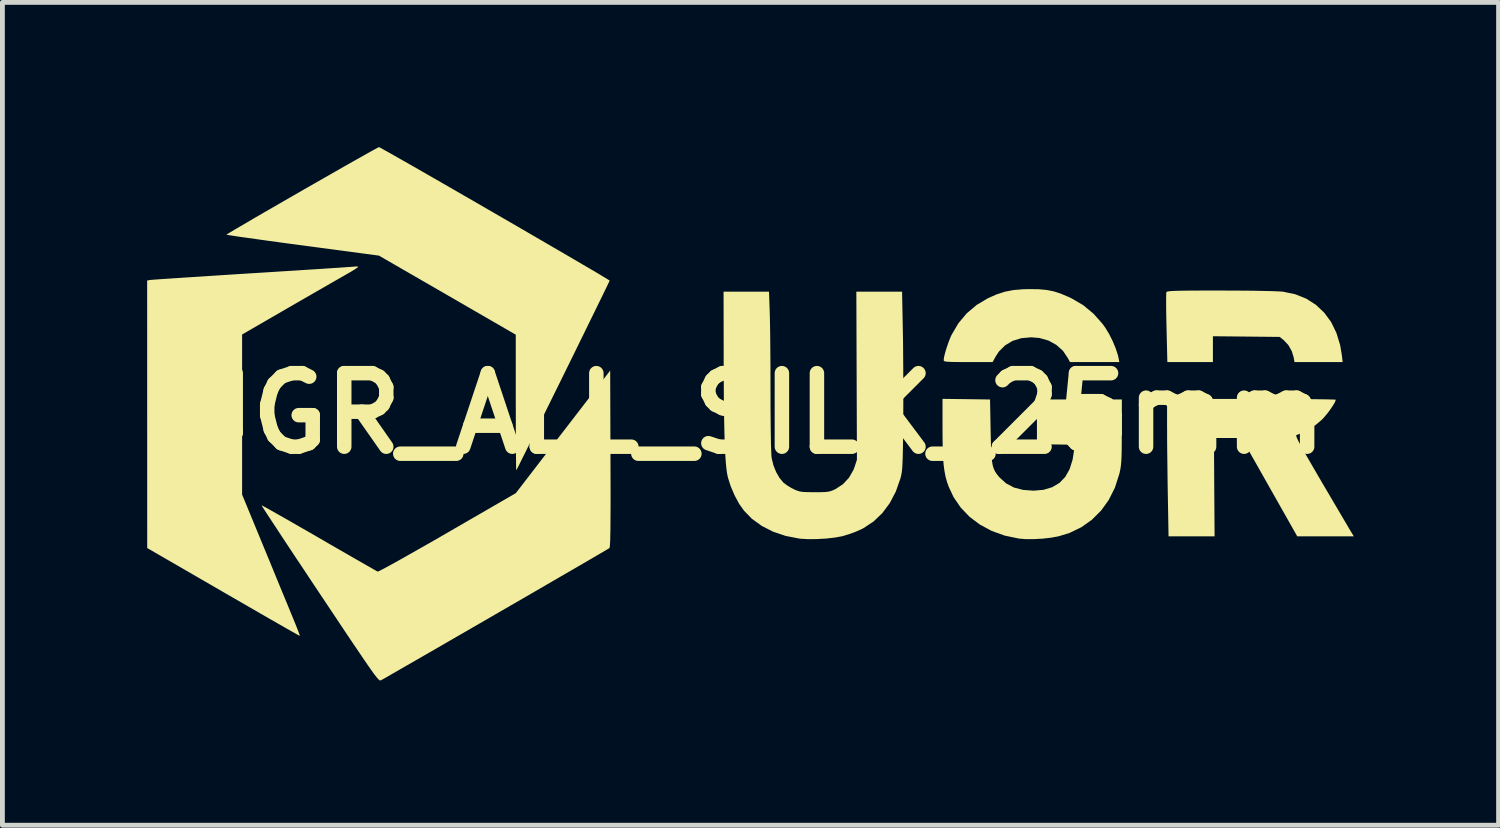
<source format=kicad_pcb>
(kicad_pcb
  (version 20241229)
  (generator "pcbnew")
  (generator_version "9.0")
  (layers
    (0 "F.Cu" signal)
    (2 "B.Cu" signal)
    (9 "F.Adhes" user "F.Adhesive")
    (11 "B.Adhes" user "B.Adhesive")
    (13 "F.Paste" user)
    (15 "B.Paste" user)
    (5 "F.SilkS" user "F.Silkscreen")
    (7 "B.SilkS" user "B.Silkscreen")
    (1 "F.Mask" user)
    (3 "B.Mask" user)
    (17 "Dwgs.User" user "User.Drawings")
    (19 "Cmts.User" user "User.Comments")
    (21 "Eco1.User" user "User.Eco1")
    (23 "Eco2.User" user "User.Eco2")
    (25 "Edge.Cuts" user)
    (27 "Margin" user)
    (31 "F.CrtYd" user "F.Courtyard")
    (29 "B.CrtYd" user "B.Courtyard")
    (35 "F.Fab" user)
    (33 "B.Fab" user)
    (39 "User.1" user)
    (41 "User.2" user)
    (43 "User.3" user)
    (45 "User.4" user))
  (footprint "UGR_ALL_SILK_25mm"
    (layer "F.Cu")
    (at 12.503 5.519)
    (property "Reference" "UGR_ALL_SILK_25mm" (at 0 0 0) (layer "F.SilkS") (effects (font (size 1.524 1.524) (thickness 0.3))))
    (attr board_only exclude_from_pos_files exclude_from_bom)
    (fp_poly (pts (xy 9.985 -2.546) (xy 10.215 -2.545) (xy 10.428 -2.543) (xy 10.619 -2.539) (xy 10.782 -2.536) (xy 10.912 -2.531) (xy 11.004 -2.526) (xy 11.041 -2.523) (xy 11.293 -2.47) (xy 11.521 -2.379) (xy 11.721 -2.251) (xy 11.893 -2.089) (xy 12.036 -1.895) (xy 12.146 -1.669) (xy 12.224 -1.414) (xy 12.26 -1.198) (xy 12.275 -1.065) (xy 11.277 -1.065) (xy 11.262 -1.154) (xy 11.222 -1.288) (xy 11.152 -1.414) (xy 11.06 -1.513) (xy 11.059 -1.515) (xy 10.971 -1.586) (xy 10.278 -1.593) (xy 9.586 -1.6) (xy 9.586 -1.065) (xy 8.642 -1.065) (xy 8.625 -1.77) (xy 8.621 -1.948) (xy 8.618 -2.111) (xy 8.617 -2.255) (xy 8.617 -2.372) (xy 8.618 -2.457) (xy 8.62 -2.505) (xy 8.621 -2.511) (xy 8.629 -2.52) (xy 8.647 -2.527) (xy 8.679 -2.532) (xy 8.729 -2.537) (xy 8.801 -2.54) (xy 8.899 -2.543) (xy 9.026 -2.545) (xy 9.187 -2.546) (xy 9.384 -2.547) (xy 9.622 -2.547) (xy 9.742 -2.547)) (stroke (width 0) (type solid)) (fill yes) (layer "F.SilkS"))
    (fp_poly (pts (xy 5.98 -2.574) (xy 6.142 -2.559) (xy 6.288 -2.53) (xy 6.433 -2.483) (xy 6.593 -2.415) (xy 6.659 -2.384) (xy 6.898 -2.244) (xy 7.113 -2.066) (xy 7.3 -1.855) (xy 7.36 -1.771) (xy 7.437 -1.642) (xy 7.51 -1.496) (xy 7.572 -1.347) (xy 7.616 -1.211) (xy 7.63 -1.152) (xy 7.646 -1.065) (xy 6.623 -1.065) (xy 6.584 -1.14) (xy 6.479 -1.297) (xy 6.341 -1.421) (xy 6.177 -1.511) (xy 5.989 -1.564) (xy 5.821 -1.578) (xy 5.616 -1.56) (xy 5.435 -1.504) (xy 5.279 -1.411) (xy 5.152 -1.284) (xy 5.091 -1.192) (xy 5.02 -1.065) (xy 4.513 -1.065) (xy 4.347 -1.065) (xy 4.221 -1.066) (xy 4.131 -1.069) (xy 4.07 -1.073) (xy 4.032 -1.079) (xy 4.013 -1.087) (xy 4.006 -1.099) (xy 4.006 -1.106) (xy 4.014 -1.168) (xy 4.036 -1.259) (xy 4.069 -1.367) (xy 4.107 -1.478) (xy 4.147 -1.579) (xy 4.17 -1.629) (xy 4.311 -1.869) (xy 4.484 -2.075) (xy 4.69 -2.249) (xy 4.92 -2.386) (xy 5.099 -2.466) (xy 5.271 -2.522) (xy 5.45 -2.557) (xy 5.65 -2.574) (xy 5.789 -2.577)) (stroke (width 0) (type solid)) (fill yes) (layer "F.SilkS"))
    (fp_poly (pts (xy 10.665 -0.301) (xy 10.931 -0.3) (xy 11.179 -0.299) (xy 11.407 -0.298) (xy 11.61 -0.296) (xy 11.785 -0.294) (xy 11.928 -0.292) (xy 12.036 -0.289) (xy 12.106 -0.287) (xy 12.132 -0.284) (xy 12.133 -0.284) (xy 12.118 -0.239) (xy 12.079 -0.17) (xy 12.023 -0.087) (xy 11.958 0.001) (xy 11.888 0.083) (xy 11.845 0.129) (xy 11.723 0.233) (xy 11.574 0.33) (xy 11.418 0.41) (xy 11.318 0.448) (xy 11.312 0.457) (xy 11.317 0.481) (xy 11.333 0.521) (xy 11.362 0.581) (xy 11.406 0.664) (xy 11.466 0.773) (xy 11.545 0.911) (xy 11.643 1.08) (xy 11.762 1.285) (xy 11.846 1.429) (xy 11.961 1.624) (xy 12.07 1.81) (xy 12.171 1.981) (xy 12.26 2.133) (xy 12.337 2.263) (xy 12.397 2.365) (xy 12.439 2.436) (xy 12.46 2.471) (xy 12.461 2.472) (xy 12.507 2.547) (xy 11.92 2.547) (xy 11.334 2.547) (xy 10.181 0.509) (xy 9.608 0.509) (xy 9.614 1.528) (xy 9.621 2.547) (xy 8.667 2.547) (xy 8.652 1.71) (xy 8.648 1.483) (xy 8.645 1.242) (xy 8.642 0.997) (xy 8.639 0.76) (xy 8.637 0.541) (xy 8.637 0.353) (xy 8.636 0.286) (xy 8.636 -0.301) (xy 10.385 -0.301)) (stroke (width 0) (type solid)) (fill yes) (layer "F.SilkS"))
    (fp_poly (pts (xy 4.475 -0.296) (xy 4.967 -0.289) (xy 4.979 0.359) (xy 4.984 0.571) (xy 4.989 0.743) (xy 4.997 0.88) (xy 5.007 0.988) (xy 5.022 1.074) (xy 5.043 1.143) (xy 5.07 1.201) (xy 5.105 1.255) (xy 5.148 1.309) (xy 5.168 1.331) (xy 5.302 1.451) (xy 5.463 1.536) (xy 5.652 1.585) (xy 5.869 1.601) (xy 6.077 1.583) (xy 6.256 1.529) (xy 6.406 1.44) (xy 6.526 1.315) (xy 6.616 1.155) (xy 6.678 0.959) (xy 6.704 0.794) (xy 6.719 0.649) (xy 6.329 0.643) (xy 5.939 0.637) (xy 5.939 -0.289) (xy 7.699 -0.289) (xy 7.697 0.382) (xy 7.697 0.58) (xy 7.696 0.739) (xy 7.693 0.865) (xy 7.689 0.965) (xy 7.683 1.045) (xy 7.675 1.113) (xy 7.664 1.175) (xy 7.651 1.237) (xy 7.644 1.262) (xy 7.554 1.541) (xy 7.428 1.792) (xy 7.269 2.013) (xy 7.08 2.202) (xy 6.862 2.357) (xy 6.617 2.476) (xy 6.391 2.546) (xy 6.235 2.575) (xy 6.058 2.595) (xy 5.874 2.605) (xy 5.701 2.605) (xy 5.563 2.593) (xy 5.27 2.532) (xy 5.001 2.435) (xy 4.757 2.304) (xy 4.542 2.142) (xy 4.359 1.951) (xy 4.21 1.733) (xy 4.108 1.514) (xy 4.072 1.41) (xy 4.044 1.306) (xy 4.022 1.192) (xy 4.005 1.064) (xy 3.994 0.914) (xy 3.987 0.736) (xy 3.983 0.524) (xy 3.982 0.332) (xy 3.982 -0.302)) (stroke (width 0) (type solid)) (fill yes) (layer "F.SilkS"))
    (fp_poly (pts (xy -8.128 -3.039) (xy -8.128 -3.038) (xy -8.147 -3.021) (xy -8.199 -2.986) (xy -8.276 -2.939) (xy -8.37 -2.885) (xy -8.377 -2.881) (xy -8.448 -2.84) (xy -8.555 -2.779) (xy -8.691 -2.701) (xy -8.851 -2.609) (xy -9.029 -2.507) (xy -9.221 -2.396) (xy -9.421 -2.281) (xy -9.58 -2.189) (xy -10.535 -1.636) (xy -10.535 1.682) (xy -9.977 3.035) (xy -9.855 3.332) (xy -9.749 3.59) (xy -9.658 3.81) (xy -9.581 3.996) (xy -9.518 4.151) (xy -9.466 4.277) (xy -9.425 4.377) (xy -9.394 4.455) (xy -9.371 4.514) (xy -9.356 4.555) (xy -9.346 4.582) (xy -9.342 4.598) (xy -9.341 4.605) (xy -9.343 4.607) (xy -9.347 4.606) (xy -9.349 4.606) (xy -9.371 4.594) (xy -9.43 4.561) (xy -9.523 4.509) (xy -9.647 4.438) (xy -9.799 4.351) (xy -9.976 4.25) (xy -10.174 4.136) (xy -10.39 4.011) (xy -10.622 3.877) (xy -10.867 3.736) (xy -10.934 3.697) (xy -12.502 2.79) (xy -12.503 -2.754) (xy -12.451 -2.765) (xy -12.421 -2.768) (xy -12.347 -2.774) (xy -12.235 -2.782) (xy -12.086 -2.792) (xy -11.905 -2.804) (xy -11.694 -2.818) (xy -11.457 -2.833) (xy -11.198 -2.85) (xy -10.92 -2.868) (xy -10.626 -2.887) (xy -10.338 -2.905) (xy -10.032 -2.924) (xy -9.738 -2.943) (xy -9.459 -2.96) (xy -9.2 -2.977) (xy -8.962 -2.992) (xy -8.751 -3.006) (xy -8.569 -3.018) (xy -8.419 -3.028) (xy -8.306 -3.036) (xy -8.232 -3.041) (xy -8.202 -3.044) (xy -8.152 -3.046)) (stroke (width 0) (type solid)) (fill yes) (layer "F.SilkS"))
    (fp_poly (pts (xy -7.673 -5.508) (xy -7.612 -5.474) (xy -7.517 -5.421) (xy -7.391 -5.35) (xy -7.238 -5.263) (xy -7.059 -5.161) (xy -6.859 -5.047) (xy -6.641 -4.921) (xy -6.406 -4.787) (xy -6.159 -4.644) (xy -5.902 -4.496) (xy -5.638 -4.344) (xy -5.371 -4.189) (xy -5.103 -4.034) (xy -4.837 -3.88) (xy -4.577 -3.729) (xy -4.324 -3.582) (xy -4.084 -3.442) (xy -3.857 -3.31) (xy -3.648 -3.188) (xy -3.459 -3.077) (xy -3.293 -2.98) (xy -3.154 -2.898) (xy -3.044 -2.832) (xy -2.967 -2.785) (xy -2.924 -2.759) (xy -2.917 -2.753) (xy -2.927 -2.731) (xy -2.956 -2.67) (xy -3.002 -2.575) (xy -3.063 -2.449) (xy -3.138 -2.296) (xy -3.225 -2.118) (xy -3.322 -1.92) (xy -3.427 -1.705) (xy -3.539 -1.477) (xy -3.656 -1.238) (xy -3.776 -0.994) (xy -3.898 -0.746) (xy -4.02 -0.499) (xy -4.14 -0.256) (xy -4.256 -0.021) (xy -4.366 0.204) (xy -4.47 0.413) (xy -4.565 0.605) (xy -4.649 0.775) (xy -4.721 0.919) (xy -4.779 1.036) (xy -4.821 1.12) (xy -4.846 1.168) (xy -4.852 1.178) (xy -4.854 1.158) (xy -4.856 1.095) (xy -4.857 0.993) (xy -4.859 0.857) (xy -4.86 0.691) (xy -4.861 0.498) (xy -4.862 0.282) (xy -4.862 0.047) (xy -4.863 -0.202) (xy -4.863 -0.222) (xy -4.863 -1.632) (xy -6.281 -2.452) (xy -7.699 -3.271) (xy -9.279 -3.482) (xy -9.544 -3.517) (xy -9.794 -3.551) (xy -10.028 -3.583) (xy -10.24 -3.613) (xy -10.426 -3.639) (xy -10.585 -3.661) (xy -10.71 -3.68) (xy -10.8 -3.694) (xy -10.85 -3.702) (xy -10.859 -3.705) (xy -10.839 -3.719) (xy -10.783 -3.753) (xy -10.694 -3.807) (xy -10.576 -3.876) (xy -10.432 -3.96) (xy -10.267 -4.057) (xy -10.084 -4.163) (xy -9.886 -4.277) (xy -9.678 -4.397) (xy -9.463 -4.521) (xy -9.245 -4.647) (xy -9.027 -4.771) (xy -8.814 -4.893) (xy -8.609 -5.01) (xy -8.415 -5.121) (xy -8.237 -5.222) (xy -8.078 -5.311) (xy -7.941 -5.388) (xy -7.832 -5.449) (xy -7.752 -5.492) (xy -7.707 -5.516) (xy -7.698 -5.519)) (stroke (width 0) (type solid)) (fill yes) (layer "F.SilkS"))
    (fp_poly (pts (xy -2.9 0.938) (xy -2.899 1.286) (xy -2.898 1.59) (xy -2.898 1.853) (xy -2.899 2.077) (xy -2.9 2.265) (xy -2.901 2.42) (xy -2.904 2.545) (xy -2.906 2.64) (xy -2.91 2.711) (xy -2.914 2.758) (xy -2.919 2.784) (xy -2.923 2.792) (xy -2.945 2.805) (xy -3.005 2.841) (xy -3.098 2.895) (xy -3.223 2.968) (xy -3.375 3.057) (xy -3.552 3.16) (xy -3.752 3.276) (xy -3.97 3.402) (xy -4.204 3.538) (xy -4.45 3.681) (xy -4.707 3.83) (xy -4.97 3.982) (xy -5.237 4.136) (xy -5.504 4.291) (xy -5.769 4.444) (xy -6.029 4.594) (xy -6.28 4.739) (xy -6.52 4.878) (xy -6.745 5.007) (xy -6.952 5.127) (xy -7.139 5.234) (xy -7.302 5.328) (xy -7.439 5.407) (xy -7.545 5.468) (xy -7.619 5.51) (xy -7.658 5.531) (xy -7.658 5.531) (xy -7.667 5.534) (xy -7.678 5.533) (xy -7.692 5.526) (xy -7.711 5.509) (xy -7.736 5.481) (xy -7.769 5.44) (xy -7.812 5.384) (xy -7.865 5.309) (xy -7.932 5.214) (xy -8.012 5.097) (xy -8.108 4.955) (xy -8.222 4.787) (xy -8.355 4.589) (xy -8.508 4.36) (xy -8.683 4.097) (xy -8.882 3.799) (xy -8.925 3.735) (xy -9.099 3.474) (xy -9.265 3.223) (xy -9.423 2.987) (xy -9.569 2.766) (xy -9.702 2.565) (xy -9.82 2.385) (xy -9.922 2.23) (xy -10.006 2.102) (xy -10.07 2.004) (xy -10.112 1.937) (xy -10.131 1.906) (xy -10.132 1.904) (xy -10.111 1.914) (xy -10.053 1.945) (xy -9.963 1.995) (xy -9.843 2.063) (xy -9.697 2.146) (xy -9.528 2.242) (xy -9.341 2.35) (xy -9.138 2.466) (xy -8.939 2.581) (xy -8.724 2.706) (xy -8.521 2.823) (xy -8.333 2.931) (xy -8.163 3.029) (xy -8.016 3.113) (xy -7.895 3.182) (xy -7.804 3.234) (xy -7.746 3.267) (xy -7.725 3.278) (xy -7.7 3.269) (xy -7.639 3.238) (xy -7.544 3.188) (xy -7.419 3.119) (xy -7.267 3.035) (xy -7.092 2.936) (xy -6.896 2.825) (xy -6.683 2.704) (xy -6.456 2.574) (xy -6.278 2.471) (xy -4.862 1.652) (xy -3.884 0.381) (xy -2.906 -0.889)) (stroke (width 0) (type solid)) (fill yes) (layer "F.SilkS"))
    (fp_poly (pts (xy 0.401 -2.09) (xy 0.404 -1.979) (xy 0.407 -1.828) (xy 0.41 -1.645) (xy 0.412 -1.435) (xy 0.414 -1.204) (xy 0.416 -0.961) (xy 0.416 -0.71) (xy 0.417 -0.459) (xy 0.417 -0.44) (xy 0.417 -0.177) (xy 0.419 0.068) (xy 0.421 0.291) (xy 0.424 0.488) (xy 0.427 0.654) (xy 0.432 0.786) (xy 0.436 0.879) (xy 0.441 0.926) (xy 0.476 1.071) (xy 0.533 1.214) (xy 0.605 1.339) (xy 0.684 1.433) (xy 0.688 1.437) (xy 0.759 1.49) (xy 0.848 1.545) (xy 0.902 1.572) (xy 0.959 1.597) (xy 1.012 1.614) (xy 1.071 1.625) (xy 1.148 1.63) (xy 1.253 1.632) (xy 1.331 1.632) (xy 1.457 1.632) (xy 1.548 1.629) (xy 1.614 1.622) (xy 1.668 1.609) (xy 1.719 1.589) (xy 1.764 1.568) (xy 1.918 1.467) (xy 2.043 1.333) (xy 2.135 1.172) (xy 2.156 1.117) (xy 2.208 0.961) (xy 2.202 -0.781) (xy 2.196 -2.524) (xy 3.144 -2.524) (xy 3.16 -1.684) (xy 3.164 -1.463) (xy 3.166 -1.207) (xy 3.168 -0.928) (xy 3.169 -0.638) (xy 3.17 -0.349) (xy 3.169 -0.072) (xy 3.167 0.162) (xy 3.165 0.406) (xy 3.163 0.609) (xy 3.16 0.775) (xy 3.157 0.91) (xy 3.153 1.018) (xy 3.149 1.103) (xy 3.143 1.172) (xy 3.136 1.228) (xy 3.127 1.276) (xy 3.116 1.323) (xy 3.107 1.355) (xy 3.014 1.62) (xy 2.889 1.858) (xy 2.734 2.066) (xy 2.552 2.24) (xy 2.345 2.377) (xy 2.292 2.404) (xy 2.175 2.455) (xy 2.042 2.503) (xy 1.919 2.541) (xy 1.899 2.546) (xy 1.749 2.573) (xy 1.572 2.593) (xy 1.383 2.604) (xy 1.202 2.606) (xy 1.044 2.597) (xy 1.016 2.594) (xy 0.732 2.539) (xy 0.47 2.451) (xy 0.235 2.331) (xy 0.029 2.182) (xy -0.133 2.015) (xy -0.233 1.874) (xy -0.326 1.701) (xy -0.407 1.513) (xy -0.465 1.331) (xy -0.481 1.258) (xy -0.495 1.163) (xy -0.507 1.045) (xy -0.518 0.9) (xy -0.527 0.726) (xy -0.535 0.522) (xy -0.541 0.284) (xy -0.546 0.01) (xy -0.55 -0.301) (xy -0.552 -0.653) (xy -0.554 -1.047) (xy -0.554 -1.268) (xy -0.556 -2.524) (xy 0.386 -2.524)) (stroke (width 0) (type solid)) (fill yes) (layer "F.SilkS")))
  (gr_rect
    (start -3 -3)
    (end 28.01 14.054)
    (stroke (width 0.1) (type default))
    (fill no)
    (layer "Edge.Cuts")))
</source>
